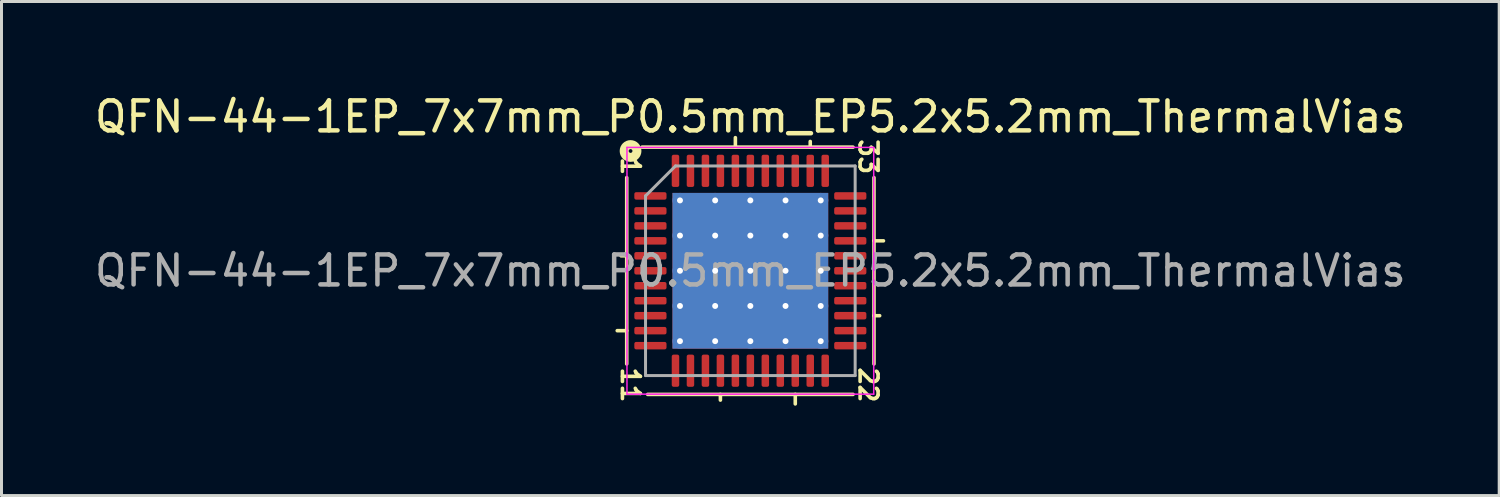
<source format=kicad_pcb>
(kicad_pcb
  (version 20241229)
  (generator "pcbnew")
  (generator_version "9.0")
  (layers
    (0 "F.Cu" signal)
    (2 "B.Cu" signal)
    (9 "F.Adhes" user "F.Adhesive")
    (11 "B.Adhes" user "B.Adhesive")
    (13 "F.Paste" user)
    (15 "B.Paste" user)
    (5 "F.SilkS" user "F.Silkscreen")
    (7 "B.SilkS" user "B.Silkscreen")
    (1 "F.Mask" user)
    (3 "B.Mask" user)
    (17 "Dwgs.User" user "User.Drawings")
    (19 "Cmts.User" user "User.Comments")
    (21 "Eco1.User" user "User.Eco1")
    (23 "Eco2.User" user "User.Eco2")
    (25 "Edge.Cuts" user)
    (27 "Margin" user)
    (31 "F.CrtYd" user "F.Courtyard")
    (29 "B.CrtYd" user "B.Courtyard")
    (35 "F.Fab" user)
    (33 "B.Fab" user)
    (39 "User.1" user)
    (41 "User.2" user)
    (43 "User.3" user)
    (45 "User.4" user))
  (footprint "QFN-44-1EP_7x7mm_P0.5mm_EP5.2x5.2mm_ThermalVias"
    (layer "F.Cu")
    (at 22.006 5.992)
    (property "Reference" "QFN-44-1EP_7x7mm_P0.5mm_EP5.2x5.2mm_ThermalVias" (at 0 -5.144 0) (layer "F.SilkS") (effects (font (size 1 1) (thickness 0.15))))
    (attr smd)
    (fp_line (start -4.128 -3.111) (end -4.128 3.111) (stroke (width 0.12) (type solid)) (layer "F.SilkS"))
    (fp_line (start -4.128 -0.5) (end -4.318 -0.5) (stroke (width 0.12) (type solid)) (layer "F.SilkS"))
    (fp_line (start -4.128 2) (end -4.445 2) (stroke (width 0.12) (type solid)) (layer "F.SilkS"))
    (fp_line (start -3.429 4.128) (end 3.429 4.128) (stroke (width 0.12) (type solid)) (layer "F.SilkS"))
    (fp_line (start -1 4.128) (end -1 4.318) (stroke (width 0.12) (type solid)) (layer "F.SilkS"))
    (fp_line (start -0.5 -4.128) (end -0.5 -4.445) (stroke (width 0.12) (type solid)) (layer "F.SilkS"))
    (fp_line (start 1.5 4.128) (end 1.5 4.445) (stroke (width 0.12) (type solid)) (layer "F.SilkS"))
    (fp_line (start 2 -4.128) (end 2 -4.318) (stroke (width 0.12) (type solid)) (layer "F.SilkS"))
    (fp_line (start 3.429 -4.128) (end -3.619 -4.128) (stroke (width 0.12) (type solid)) (layer "F.SilkS"))
    (fp_line (start 4.128 -1) (end 4.445 -1) (stroke (width 0.12) (type solid)) (layer "F.SilkS"))
    (fp_line (start 4.128 1.5) (end 4.318 1.5) (stroke (width 0.12) (type solid)) (layer "F.SilkS"))
    (fp_line (start 4.128 3.111) (end 4.128 -3.111) (stroke (width 0.12) (type solid)) (layer "F.SilkS"))
    (fp_circle (center -4 -4) (end -3.937 -4) (stroke (width 0.3) (type solid)) (fill no) (layer "F.SilkS"))
    (fp_line (start -4.12 -4.12) (end -4.12 4.12) (stroke (width 0.05) (type solid)) (layer "F.CrtYd"))
    (fp_line (start -4.12 4.12) (end 4.12 4.12) (stroke (width 0.05) (type solid)) (layer "F.CrtYd"))
    (fp_line (start 4.12 -4.12) (end -4.12 -4.12) (stroke (width 0.05) (type solid)) (layer "F.CrtYd"))
    (fp_line (start 4.12 4.12) (end 4.12 -4.12) (stroke (width 0.05) (type solid)) (layer "F.CrtYd"))
    (fp_line (start -3.5 -2.5) (end -2.5 -3.5) (stroke (width 0.1) (type solid)) (layer "F.Fab"))
    (fp_line (start -3.5 3.5) (end -3.5 -2.5) (stroke (width 0.1) (type solid)) (layer "F.Fab"))
    (fp_line (start -2.5 -3.5) (end 3.5 -3.5) (stroke (width 0.1) (type solid)) (layer "F.Fab"))
    (fp_line (start 3.5 -3.5) (end 3.5 3.5) (stroke (width 0.1) (type solid)) (layer "F.Fab"))
    (fp_line (start 3.5 3.5) (end -3.5 3.5) (stroke (width 0.1) (type solid)) (layer "F.Fab"))
    (fp_text user "1" (at -4 -3.493 270) (unlocked yes) (layer "F.SilkS") (effects (font (size 0.6 0.6) (thickness 0.12))))
    (fp_text user "22" (at 3.937 3.81 270) (unlocked yes) (layer "F.SilkS") (effects (font (size 0.6 0.6) (thickness 0.12))))
    (fp_text user "33" (at 3.937 -3.81 270) (unlocked yes) (layer "F.SilkS") (effects (font (size 0.6 0.6) (thickness 0.12))))
    (fp_text user "11" (at -4 3.81 270) (unlocked yes) (layer "F.SilkS") (effects (font (size 0.6 0.6) (thickness 0.12))))
    (fp_text user "${REFERENCE}" (at 0 0 0) (layer "F.Fab") (effects (font (size 1 1) (thickness 0.15))))
    (pad "" smd roundrect (at -1.762 -1.762) (size 1.007 1.007) (layers "F.Paste") (roundrect_rratio 0.248))
    (pad "" smd roundrect (at -1.762 -0.588) (size 1.007 1.007) (layers "F.Paste") (roundrect_rratio 0.248))
    (pad "" smd roundrect (at -1.762 0.588) (size 1.007 1.007) (layers "F.Paste") (roundrect_rratio 0.248))
    (pad "" smd roundrect (at -1.762 1.762) (size 1.007 1.007) (layers "F.Paste") (roundrect_rratio 0.248))
    (pad "" smd roundrect (at -0.588 -1.762) (size 1.007 1.007) (layers "F.Paste") (roundrect_rratio 0.248))
    (pad "" smd roundrect (at -0.588 -0.588) (size 1.007 1.007) (layers "F.Paste") (roundrect_rratio 0.248))
    (pad "" smd roundrect (at -0.588 0.588) (size 1.007 1.007) (layers "F.Paste") (roundrect_rratio 0.248))
    (pad "" smd roundrect (at -0.588 1.762) (size 1.007 1.007) (layers "F.Paste") (roundrect_rratio 0.248))
    (pad "" smd roundrect (at 0.588 -1.762) (size 1.007 1.007) (layers "F.Paste") (roundrect_rratio 0.248))
    (pad "" smd roundrect (at 0.588 -0.588) (size 1.007 1.007) (layers "F.Paste") (roundrect_rratio 0.248))
    (pad "" smd roundrect (at 0.588 0.588) (size 1.007 1.007) (layers "F.Paste") (roundrect_rratio 0.248))
    (pad "" smd roundrect (at 0.588 1.762) (size 1.007 1.007) (layers "F.Paste") (roundrect_rratio 0.248))
    (pad "" smd roundrect (at 1.762 -1.762) (size 1.007 1.007) (layers "F.Paste") (roundrect_rratio 0.248))
    (pad "" smd roundrect (at 1.762 -0.588) (size 1.007 1.007) (layers "F.Paste") (roundrect_rratio 0.248))
    (pad "" smd roundrect (at 1.762 0.588) (size 1.007 1.007) (layers "F.Paste") (roundrect_rratio 0.248))
    (pad "" smd roundrect (at 1.762 1.762) (size 1.007 1.007) (layers "F.Paste") (roundrect_rratio 0.248))
    (pad "1" smd roundrect (at -3.337 -2.5) (size 1.075 0.25) (layers "F.Cu" "F.Mask" "F.Paste") (roundrect_rratio 0.25))
    (pad "2" smd roundrect (at -3.337 -2) (size 1.075 0.25) (layers "F.Cu" "F.Mask" "F.Paste") (roundrect_rratio 0.25))
    (pad "3" smd roundrect (at -3.337 -1.5) (size 1.075 0.25) (layers "F.Cu" "F.Mask" "F.Paste") (roundrect_rratio 0.25))
    (pad "4" smd roundrect (at -3.337 -1) (size 1.075 0.25) (layers "F.Cu" "F.Mask" "F.Paste") (roundrect_rratio 0.25))
    (pad "5" smd roundrect (at -3.337 -0.5) (size 1.075 0.25) (layers "F.Cu" "F.Mask" "F.Paste") (roundrect_rratio 0.25))
    (pad "6" smd roundrect (at -3.337 0) (size 1.075 0.25) (layers "F.Cu" "F.Mask" "F.Paste") (roundrect_rratio 0.25))
    (pad "7" smd roundrect (at -3.337 0.5) (size 1.075 0.25) (layers "F.Cu" "F.Mask" "F.Paste") (roundrect_rratio 0.25))
    (pad "8" smd roundrect (at -3.337 1) (size 1.075 0.25) (layers "F.Cu" "F.Mask" "F.Paste") (roundrect_rratio 0.25))
    (pad "9" smd roundrect (at -3.337 1.5) (size 1.075 0.25) (layers "F.Cu" "F.Mask" "F.Paste") (roundrect_rratio 0.25))
    (pad "10" smd roundrect (at -3.337 2) (size 1.075 0.25) (layers "F.Cu" "F.Mask" "F.Paste") (roundrect_rratio 0.25))
    (pad "11" smd roundrect (at -3.337 2.5) (size 1.075 0.25) (layers "F.Cu" "F.Mask" "F.Paste") (roundrect_rratio 0.25))
    (pad "12" smd roundrect (at -2.5 3.337) (size 0.25 1.075) (layers "F.Cu" "F.Mask" "F.Paste") (roundrect_rratio 0.25))
    (pad "13" smd roundrect (at -2 3.337) (size 0.25 1.075) (layers "F.Cu" "F.Mask" "F.Paste") (roundrect_rratio 0.25))
    (pad "14" smd roundrect (at -1.5 3.337) (size 0.25 1.075) (layers "F.Cu" "F.Mask" "F.Paste") (roundrect_rratio 0.25))
    (pad "15" smd roundrect (at -1 3.337) (size 0.25 1.075) (layers "F.Cu" "F.Mask" "F.Paste") (roundrect_rratio 0.25))
    (pad "16" smd roundrect (at -0.5 3.337) (size 0.25 1.075) (layers "F.Cu" "F.Mask" "F.Paste") (roundrect_rratio 0.25))
    (pad "17" smd roundrect (at 0 3.337) (size 0.25 1.075) (layers "F.Cu" "F.Mask" "F.Paste") (roundrect_rratio 0.25))
    (pad "18" smd roundrect (at 0.5 3.337) (size 0.25 1.075) (layers "F.Cu" "F.Mask" "F.Paste") (roundrect_rratio 0.25))
    (pad "19" smd roundrect (at 1 3.337) (size 0.25 1.075) (layers "F.Cu" "F.Mask" "F.Paste") (roundrect_rratio 0.25))
    (pad "20" smd roundrect (at 1.5 3.337) (size 0.25 1.075) (layers "F.Cu" "F.Mask" "F.Paste") (roundrect_rratio 0.25))
    (pad "21" smd roundrect (at 2 3.337) (size 0.25 1.075) (layers "F.Cu" "F.Mask" "F.Paste") (roundrect_rratio 0.25))
    (pad "22" smd roundrect (at 2.5 3.337) (size 0.25 1.075) (layers "F.Cu" "F.Mask" "F.Paste") (roundrect_rratio 0.25))
    (pad "23" smd roundrect (at 3.337 2.5) (size 1.075 0.25) (layers "F.Cu" "F.Mask" "F.Paste") (roundrect_rratio 0.25))
    (pad "24" smd roundrect (at 3.337 2) (size 1.075 0.25) (layers "F.Cu" "F.Mask" "F.Paste") (roundrect_rratio 0.25))
    (pad "25" smd roundrect (at 3.337 1.5) (size 1.075 0.25) (layers "F.Cu" "F.Mask" "F.Paste") (roundrect_rratio 0.25))
    (pad "26" smd roundrect (at 3.337 1) (size 1.075 0.25) (layers "F.Cu" "F.Mask" "F.Paste") (roundrect_rratio 0.25))
    (pad "27" smd roundrect (at 3.337 0.5) (size 1.075 0.25) (layers "F.Cu" "F.Mask" "F.Paste") (roundrect_rratio 0.25))
    (pad "28" smd roundrect (at 3.337 0) (size 1.075 0.25) (layers "F.Cu" "F.Mask" "F.Paste") (roundrect_rratio 0.25))
    (pad "29" smd roundrect (at 3.337 -0.5) (size 1.075 0.25) (layers "F.Cu" "F.Mask" "F.Paste") (roundrect_rratio 0.25))
    (pad "30" smd roundrect (at 3.337 -1) (size 1.075 0.25) (layers "F.Cu" "F.Mask" "F.Paste") (roundrect_rratio 0.25))
    (pad "31" smd roundrect (at 3.337 -1.5) (size 1.075 0.25) (layers "F.Cu" "F.Mask" "F.Paste") (roundrect_rratio 0.25))
    (pad "32" smd roundrect (at 3.337 -2) (size 1.075 0.25) (layers "F.Cu" "F.Mask" "F.Paste") (roundrect_rratio 0.25))
    (pad "33" smd roundrect (at 3.337 -2.5) (size 1.075 0.25) (layers "F.Cu" "F.Mask" "F.Paste") (roundrect_rratio 0.25))
    (pad "34" smd roundrect (at 2.5 -3.337) (size 0.25 1.075) (layers "F.Cu" "F.Mask" "F.Paste") (roundrect_rratio 0.25))
    (pad "35" smd roundrect (at 2 -3.337) (size 0.25 1.075) (layers "F.Cu" "F.Mask" "F.Paste") (roundrect_rratio 0.25))
    (pad "36" smd roundrect (at 1.5 -3.337) (size 0.25 1.075) (layers "F.Cu" "F.Mask" "F.Paste") (roundrect_rratio 0.25))
    (pad "37" smd roundrect (at 1 -3.337) (size 0.25 1.075) (layers "F.Cu" "F.Mask" "F.Paste") (roundrect_rratio 0.25))
    (pad "38" smd roundrect (at 0.5 -3.337) (size 0.25 1.075) (layers "F.Cu" "F.Mask" "F.Paste") (roundrect_rratio 0.25))
    (pad "39" smd roundrect (at 0 -3.337) (size 0.25 1.075) (layers "F.Cu" "F.Mask" "F.Paste") (roundrect_rratio 0.25))
    (pad "40" smd roundrect (at -0.5 -3.337) (size 0.25 1.075) (layers "F.Cu" "F.Mask" "F.Paste") (roundrect_rratio 0.25))
    (pad "41" smd roundrect (at -1 -3.337) (size 0.25 1.075) (layers "F.Cu" "F.Mask" "F.Paste") (roundrect_rratio 0.25))
    (pad "42" smd roundrect (at -1.5 -3.337) (size 0.25 1.075) (layers "F.Cu" "F.Mask" "F.Paste") (roundrect_rratio 0.25))
    (pad "43" smd roundrect (at -2 -3.337) (size 0.25 1.075) (layers "F.Cu" "F.Mask" "F.Paste") (roundrect_rratio 0.25))
    (pad "44" smd roundrect (at -2.5 -3.337) (size 0.25 1.075) (layers "F.Cu" "F.Mask" "F.Paste") (roundrect_rratio 0.25))
    (pad "45" thru_hole circle (at -2.35 -2.35) (size 0.5 0.5) (drill 0.2) (layers "*.Cu"))
    (pad "45" thru_hole circle (at -2.35 -1.175) (size 0.5 0.5) (drill 0.2) (layers "*.Cu"))
    (pad "45" thru_hole circle (at -2.35 0) (size 0.5 0.5) (drill 0.2) (layers "*.Cu"))
    (pad "45" thru_hole circle (at -2.35 1.175) (size 0.5 0.5) (drill 0.2) (layers "*.Cu"))
    (pad "45" thru_hole circle (at -2.35 2.35) (size 0.5 0.5) (drill 0.2) (layers "*.Cu"))
    (pad "45" thru_hole circle (at -1.175 -2.35) (size 0.5 0.5) (drill 0.2) (layers "*.Cu"))
    (pad "45" thru_hole circle (at -1.175 -1.175) (size 0.5 0.5) (drill 0.2) (layers "*.Cu"))
    (pad "45" thru_hole circle (at -1.175 0) (size 0.5 0.5) (drill 0.2) (layers "*.Cu"))
    (pad "45" thru_hole circle (at -1.175 1.175) (size 0.5 0.5) (drill 0.2) (layers "*.Cu"))
    (pad "45" thru_hole circle (at -1.175 2.35) (size 0.5 0.5) (drill 0.2) (layers "*.Cu"))
    (pad "45" thru_hole circle (at 0 -2.35) (size 0.5 0.5) (drill 0.2) (layers "*.Cu"))
    (pad "45" thru_hole circle (at 0 -1.175) (size 0.5 0.5) (drill 0.2) (layers "*.Cu"))
    (pad "45" thru_hole circle (at 0 0) (size 0.5 0.5) (drill 0.2) (layers "*.Cu"))
    (pad "45" smd rect (at 0 0) (size 5.2 5.2) (layers "F.Cu" "F.Mask"))
    (pad "45" smd rect (at 0 0) (size 5.2 5.2) (layers "B.Cu" "B.Mask"))
    (pad "45" thru_hole circle (at 0 1.175) (size 0.5 0.5) (drill 0.2) (layers "*.Cu"))
    (pad "45" thru_hole circle (at 0 2.35) (size 0.5 0.5) (drill 0.2) (layers "*.Cu"))
    (pad "45" thru_hole circle (at 1.175 -2.35) (size 0.5 0.5) (drill 0.2) (layers "*.Cu"))
    (pad "45" thru_hole circle (at 1.175 -1.175) (size 0.5 0.5) (drill 0.2) (layers "*.Cu"))
    (pad "45" thru_hole circle (at 1.175 0) (size 0.5 0.5) (drill 0.2) (layers "*.Cu"))
    (pad "45" thru_hole circle (at 1.175 1.175) (size 0.5 0.5) (drill 0.2) (layers "*.Cu"))
    (pad "45" thru_hole circle (at 1.175 2.35) (size 0.5 0.5) (drill 0.2) (layers "*.Cu"))
    (pad "45" thru_hole circle (at 2.35 -2.35) (size 0.5 0.5) (drill 0.2) (layers "*.Cu"))
    (pad "45" thru_hole circle (at 2.35 -1.175) (size 0.5 0.5) (drill 0.2) (layers "*.Cu"))
    (pad "45" thru_hole circle (at 2.35 0) (size 0.5 0.5) (drill 0.2) (layers "*.Cu"))
    (pad "45" thru_hole circle (at 2.35 1.175) (size 0.5 0.5) (drill 0.2) (layers "*.Cu"))
    (pad "45" thru_hole circle (at 2.35 2.35) (size 0.5 0.5) (drill 0.2) (layers "*.Cu")))
  (gr_rect
    (start -3 -3)
    (end 47.012 13.497)
    (stroke (width 0.1) (type default))
    (fill no)
    (layer "Edge.Cuts")))
</source>
